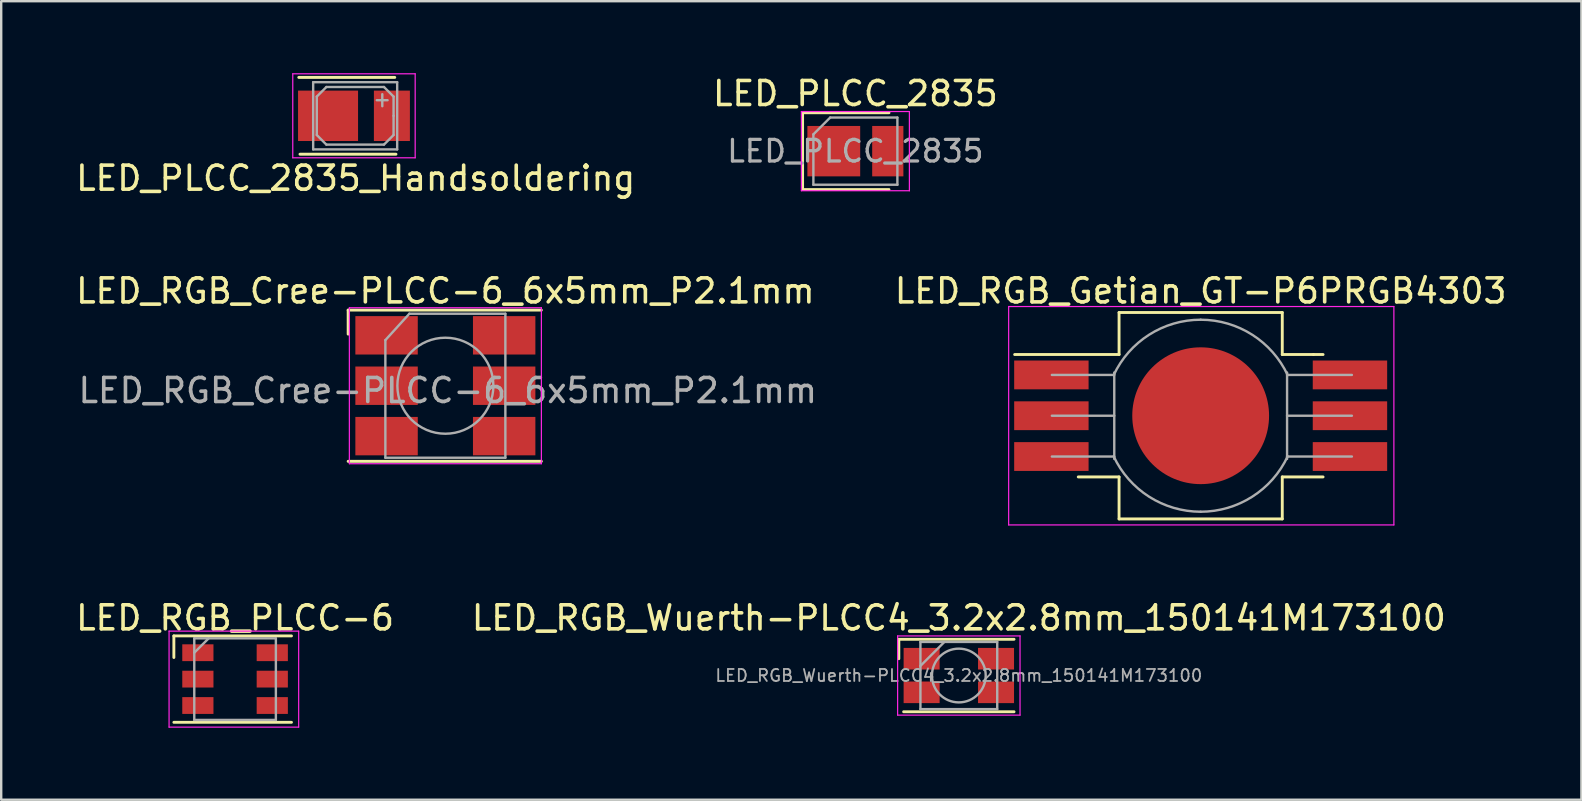
<source format=kicad_pcb>
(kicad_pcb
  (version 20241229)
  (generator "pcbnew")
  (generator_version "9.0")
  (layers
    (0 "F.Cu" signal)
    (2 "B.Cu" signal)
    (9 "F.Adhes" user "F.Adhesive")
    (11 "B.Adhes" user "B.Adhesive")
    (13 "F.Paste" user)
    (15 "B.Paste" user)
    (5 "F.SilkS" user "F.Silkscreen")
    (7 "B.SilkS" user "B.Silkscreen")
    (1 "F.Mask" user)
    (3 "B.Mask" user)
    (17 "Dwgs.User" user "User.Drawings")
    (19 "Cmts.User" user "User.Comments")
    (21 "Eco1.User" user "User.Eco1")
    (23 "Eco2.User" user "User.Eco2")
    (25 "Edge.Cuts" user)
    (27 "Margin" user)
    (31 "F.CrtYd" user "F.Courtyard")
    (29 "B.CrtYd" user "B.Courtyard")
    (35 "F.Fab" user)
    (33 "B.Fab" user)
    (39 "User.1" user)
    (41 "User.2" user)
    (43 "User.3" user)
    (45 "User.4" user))
  (footprint "LED_RGB_PLCC-6"
    (layer "F.Cu")
    (at 6.744 25.245)
    (property "Reference" "LED_RGB_PLCC-6" (at 0 -2.55 180) (layer "F.SilkS") (effects (font (size 1 1) (thickness 0.15))))
    (attr smd)
    (fp_line (start -2.55 -1.8) (end -2.55 -0.9) (stroke (width 0.12) (type solid)) (layer "F.SilkS"))
    (fp_line (start -2.55 1.8) (end 2.35 1.8) (stroke (width 0.12) (type solid)) (layer "F.SilkS"))
    (fp_line (start 2.35 -1.8) (end -2.55 -1.8) (stroke (width 0.12) (type solid)) (layer "F.SilkS"))
    (fp_line (start -2.75 -2) (end -2.75 2) (stroke (width 0.05) (type solid)) (layer "F.CrtYd"))
    (fp_line (start -2.75 -2) (end 2.65 -2) (stroke (width 0.05) (type solid)) (layer "F.CrtYd"))
    (fp_line (start -2.75 2) (end 2.65 2) (stroke (width 0.05) (type solid)) (layer "F.CrtYd"))
    (fp_line (start 2.65 -2) (end 2.65 2) (stroke (width 0.05) (type solid)) (layer "F.CrtYd"))
    (fp_line (start -1.7 -1.7) (end -1.7 1.7) (stroke (width 0.1) (type solid)) (layer "F.Fab"))
    (fp_line (start -1.7 -1.1) (end -1.1 -1.7) (stroke (width 0.1) (type solid)) (layer "F.Fab"))
    (fp_line (start -1.7 1.7) (end 1.7 1.7) (stroke (width 0.1) (type solid)) (layer "F.Fab"))
    (fp_line (start 1.7 -1.7) (end -1.7 -1.7) (stroke (width 0.1) (type solid)) (layer "F.Fab"))
    (fp_line (start 1.7 1.7) (end 1.7 -1.7) (stroke (width 0.1) (type solid)) (layer "F.Fab"))
    (pad "1" smd rect (at -1.55 -1.1 90) (size 0.7 1.3) (layers "F.Cu" "F.Mask" "F.Paste"))
    (pad "2" smd rect (at -1.55 0 90) (size 0.7 1.3) (layers "F.Cu" "F.Mask" "F.Paste"))
    (pad "3" smd rect (at -1.55 1.1 90) (size 0.7 1.3) (layers "F.Cu" "F.Mask" "F.Paste"))
    (pad "4" smd rect (at 1.55 1.1 90) (size 0.7 1.3) (layers "F.Cu" "F.Mask" "F.Paste"))
    (pad "5" smd rect (at 1.55 0 90) (size 0.7 1.3) (layers "F.Cu" "F.Mask" "F.Paste"))
    (pad "6" smd rect (at 1.55 -1.1 90) (size 0.7 1.3) (layers "F.Cu" "F.Mask" "F.Paste")))
  (footprint "LED_RGB_Wuerth-PLCC4_3.2x2.8mm_150141M173100"
    (layer "F.Cu")
    (at 36.899 25.095)
    (property "Reference" "LED_RGB_Wuerth-PLCC4_3.2x2.8mm_150141M173100" (at 0 -2.4 0) (layer "F.SilkS") (effects (font (size 1 1) (thickness 0.15))))
    (attr smd)
    (fp_line (start -2.5 -1.51) (end 2.3 -1.51) (stroke (width 0.12) (type solid)) (layer "F.SilkS"))
    (fp_line (start -2.5 -0.7) (end -2.5 -1.51) (stroke (width 0.12) (type solid)) (layer "F.SilkS"))
    (fp_line (start -2.3 1.51) (end 2.3 1.51) (stroke (width 0.12) (type solid)) (layer "F.SilkS"))
    (fp_line (start -2.55 -1.65) (end -2.55 1.65) (stroke (width 0.05) (type solid)) (layer "F.CrtYd"))
    (fp_line (start -2.55 1.65) (end 2.55 1.65) (stroke (width 0.05) (type solid)) (layer "F.CrtYd"))
    (fp_line (start 2.55 -1.65) (end -2.55 -1.65) (stroke (width 0.05) (type solid)) (layer "F.CrtYd"))
    (fp_line (start 2.55 1.65) (end 2.55 -1.65) (stroke (width 0.05) (type solid)) (layer "F.CrtYd"))
    (fp_line (start -1.6 -1.4) (end -1.6 1.4) (stroke (width 0.1) (type solid)) (layer "F.Fab"))
    (fp_line (start -1.6 1.4) (end 1.6 1.4) (stroke (width 0.1) (type solid)) (layer "F.Fab"))
    (fp_line (start -0.6 -1.4) (end -1.6 -0.4) (stroke (width 0.1) (type solid)) (layer "F.Fab"))
    (fp_line (start 1.6 -1.4) (end -1.6 -1.4) (stroke (width 0.1) (type solid)) (layer "F.Fab"))
    (fp_line (start 1.6 1.4) (end 1.6 -1.4) (stroke (width 0.1) (type solid)) (layer "F.Fab"))
    (fp_circle (center 0 0) (end 1.12 0) (stroke (width 0.1) (type solid)) (fill no) (layer "F.Fab"))
    (fp_text user "${REFERENCE}" (at 0 0 0) (layer "F.Fab") (effects (font (size 0.5 0.5) (thickness 0.075))))
    (pad "1" smd rect (at 1.55 -0.7) (size 1.5 0.9) (layers "F.Cu" "F.Mask" "F.Paste"))
    (pad "2" smd rect (at 1.55 0.7) (size 1.5 0.9) (layers "F.Cu" "F.Mask" "F.Paste"))
    (pad "3" smd rect (at -1.55 -0.7) (size 1.5 0.9) (layers "F.Cu" "F.Mask" "F.Paste"))
    (pad "4" smd rect (at -1.55 0.7) (size 1.5 0.9) (layers "F.Cu" "F.Mask" "F.Paste")))
  (footprint "LED_PLCC_2835_Handsoldering"
    (layer "F.Cu")
    (at 11.948 1.775)
    (property "Reference" "LED_PLCC_2835_Handsoldering" (at -0.18 2.6 0) (layer "F.SilkS") (effects (font (size 1 1) (thickness 0.15))))
    (attr smd)
    (fp_line (start 1.45 -1.6) (end -2.55 -1.6) (stroke (width 0.12) (type solid)) (layer "F.SilkS"))
    (fp_line (start 1.5 1.6) (end -2.5 1.6) (stroke (width 0.12) (type solid)) (layer "F.SilkS"))
    (fp_line (start -2.8 -1.75) (end 2.3 -1.75) (stroke (width 0.05) (type solid)) (layer "F.CrtYd"))
    (fp_line (start -2.8 1.75) (end -2.8 -1.75) (stroke (width 0.05) (type solid)) (layer "F.CrtYd"))
    (fp_line (start 2.3 -1.75) (end 2.3 1.75) (stroke (width 0.05) (type solid)) (layer "F.CrtYd"))
    (fp_line (start 2.3 1.75) (end -2.8 1.75) (stroke (width 0.05) (type solid)) (layer "F.CrtYd"))
    (fp_line (start -1.95 -1.4) (end 1.55 -1.4) (stroke (width 0.1) (type solid)) (layer "F.Fab"))
    (fp_line (start -1.95 1.4) (end -1.95 -1.4) (stroke (width 0.1) (type solid)) (layer "F.Fab"))
    (fp_line (start -1.8 -0.8) (end -1.4 -1.2) (stroke (width 0.1) (type solid)) (layer "F.Fab"))
    (fp_line (start -1.8 0.8) (end -1.8 -0.8) (stroke (width 0.1) (type solid)) (layer "F.Fab"))
    (fp_line (start -1.4 -1.2) (end 1 -1.2) (stroke (width 0.1) (type solid)) (layer "F.Fab"))
    (fp_line (start -1.4 1.2) (end -1.8 0.8) (stroke (width 0.1) (type solid)) (layer "F.Fab"))
    (fp_line (start 0.93 -0.4) (end 0.93 -0.9) (stroke (width 0.1) (type solid)) (layer "F.Fab"))
    (fp_line (start 1 -1.2) (end 1.4 -0.8) (stroke (width 0.1) (type solid)) (layer "F.Fab"))
    (fp_line (start 1 1.2) (end -1.4 1.2) (stroke (width 0.1) (type solid)) (layer "F.Fab"))
    (fp_line (start 1.15 -0.65) (end 0.7 -0.65) (stroke (width 0.1) (type solid)) (layer "F.Fab"))
    (fp_line (start 1.4 -0.8) (end 1.4 0) (stroke (width 0.1) (type solid)) (layer "F.Fab"))
    (fp_line (start 1.4 0) (end 1.4 0.8) (stroke (width 0.1) (type solid)) (layer "F.Fab"))
    (fp_line (start 1.4 0.8) (end 1 1.2) (stroke (width 0.1) (type solid)) (layer "F.Fab"))
    (fp_line (start 1.55 -1.4) (end 1.55 1.4) (stroke (width 0.1) (type solid)) (layer "F.Fab"))
    (fp_line (start 1.55 1.4) (end -1.95 1.4) (stroke (width 0.1) (type solid)) (layer "F.Fab"))
    (pad "1" smd rect (at -1.33 0 180) (size 2.5 2.1) (layers "F.Cu" "F.Mask" "F.Paste"))
    (pad "2" smd rect (at 1.33 0 180) (size 1.5 2.1) (layers "F.Cu" "F.Mask" "F.Paste")))
  (footprint "LED_PLCC_2835"
    (layer "F.Cu")
    (at 32.589 3.248)
    (property "Reference" "LED_PLCC_2835" (at 0 -2.4 0) (layer "F.SilkS") (effects (font (size 1 1) (thickness 0.15))))
    (attr smd)
    (fp_line (start -2.2 -1.6) (end -2.2 1.6) (stroke (width 0.12) (type solid)) (layer "F.SilkS"))
    (fp_line (start 1.4 -1.6) (end -2.2 -1.6) (stroke (width 0.12) (type solid)) (layer "F.SilkS"))
    (fp_line (start 1.4 1.6) (end -2.2 1.6) (stroke (width 0.12) (type solid)) (layer "F.SilkS"))
    (fp_line (start -2.25 -1.65) (end 2.25 -1.65) (stroke (width 0.05) (type solid)) (layer "F.CrtYd"))
    (fp_line (start -2.25 1.65) (end -2.25 -1.65) (stroke (width 0.05) (type solid)) (layer "F.CrtYd"))
    (fp_line (start 2.25 -1.65) (end 2.25 1.65) (stroke (width 0.05) (type solid)) (layer "F.CrtYd"))
    (fp_line (start 2.25 1.65) (end -2.25 1.65) (stroke (width 0.05) (type solid)) (layer "F.CrtYd"))
    (fp_line (start -1.75 1.4) (end -1.75 -0.7) (stroke (width 0.1) (type solid)) (layer "F.Fab"))
    (fp_line (start -1.05 -1.4) (end -1.75 -0.7) (stroke (width 0.1) (type solid)) (layer "F.Fab"))
    (fp_line (start -1.05 -1.4) (end 1.75 -1.4) (stroke (width 0.1) (type solid)) (layer "F.Fab"))
    (fp_line (start 1.75 -1.4) (end 1.75 1.4) (stroke (width 0.1) (type solid)) (layer "F.Fab"))
    (fp_line (start 1.75 1.4) (end -1.75 1.4) (stroke (width 0.1) (type solid)) (layer "F.Fab"))
    (fp_text user "${REFERENCE}" (at 0 0 0) (layer "F.Fab") (effects (font (size 0.9 0.9) (thickness 0.135))))
    (pad "1" smd rect (at -0.9 0) (size 2.2 2.1) (layers "F.Cu" "F.Mask" "F.Paste"))
    (pad "2" smd rect (at 1.35 0) (size 1.3 2.1) (layers "F.Cu" "F.Mask" "F.Paste")))
  (footprint "LED_RGB_Getian_GT-P6PRGB4303"
    (layer "F.Cu")
    (at 46.975 14.271)
    (property "Reference" "LED_RGB_Getian_GT-P6PRGB4303" (at 0 -5.2 0) (layer "F.SilkS") (effects (font (size 1 1) (thickness 0.15))))
    (attr smd)
    (fp_line (start -7.75 -2.55) (end -3.4 -2.55) (stroke (width 0.12) (type solid)) (layer "F.SilkS"))
    (fp_line (start -5.1 2.55) (end -3.4 2.55) (stroke (width 0.12) (type solid)) (layer "F.SilkS"))
    (fp_line (start -3.4 -4.3) (end -3.4 -2.55) (stroke (width 0.12) (type solid)) (layer "F.SilkS"))
    (fp_line (start -3.4 2.55) (end -3.4 4.3) (stroke (width 0.12) (type solid)) (layer "F.SilkS"))
    (fp_line (start 3.4 -4.3) (end -3.4 -4.3) (stroke (width 0.12) (type solid)) (layer "F.SilkS"))
    (fp_line (start 3.4 -4.3) (end 3.4 -2.55) (stroke (width 0.12) (type solid)) (layer "F.SilkS"))
    (fp_line (start 3.4 -2.55) (end 4.7 -2.55) (stroke (width 0.12) (type solid)) (layer "F.SilkS"))
    (fp_line (start 3.4 2.55) (end 3.4 4.3) (stroke (width 0.12) (type solid)) (layer "F.SilkS"))
    (fp_line (start 3.4 4.3) (end -3.4 4.3) (stroke (width 0.12) (type solid)) (layer "F.SilkS"))
    (fp_line (start 4.7 -2.55) (end 5.1 -2.55) (stroke (width 0.12) (type solid)) (layer "F.SilkS"))
    (fp_line (start 5.1 2.55) (end 3.4 2.55) (stroke (width 0.12) (type solid)) (layer "F.SilkS"))
    (fp_line (start -8 -4.55) (end -8 4.55) (stroke (width 0.05) (type solid)) (layer "F.CrtYd"))
    (fp_line (start -8 -4.55) (end 8.05 -4.55) (stroke (width 0.05) (type solid)) (layer "F.CrtYd"))
    (fp_line (start -8 4.55) (end 8.05 4.55) (stroke (width 0.05) (type solid)) (layer "F.CrtYd"))
    (fp_line (start 8.05 -4.55) (end 8.05 4.55) (stroke (width 0.05) (type solid)) (layer "F.CrtYd"))
    (fp_line (start -6.2 0) (end -3.6 0) (stroke (width 0.1) (type solid)) (layer "F.Fab"))
    (fp_line (start -3.6 -1.7) (end -6.2 -1.7) (stroke (width 0.1) (type solid)) (layer "F.Fab"))
    (fp_line (start -3.6 1.7) (end -6.2 1.7) (stroke (width 0.1) (type solid)) (layer "F.Fab"))
    (fp_line (start -3.6 1.8) (end -3.6 -1.8) (stroke (width 0.1) (type solid)) (layer "F.Fab"))
    (fp_line (start 3.6 -1.8) (end 3.6 1.8) (stroke (width 0.1) (type solid)) (layer "F.Fab"))
    (fp_line (start 3.6 -1.7) (end 6.3 -1.7) (stroke (width 0.1) (type solid)) (layer "F.Fab"))
    (fp_line (start 3.6 1.7) (end 6.3 1.7) (stroke (width 0.1) (type solid)) (layer "F.Fab"))
    (fp_line (start 6.3 0) (end 3.6 0) (stroke (width 0.1) (type solid)) (layer "F.Fab"))
    (fp_arc (start -3.625231 -1.690473) (mid -2.149198 -3.373566) (end 0 -4) (stroke (width 0.1) (type solid)) (layer "F.Fab"))
    (fp_arc (start 0 -4) (mid 2.149198 -3.373566) (end 3.625231 -1.690473) (stroke (width 0.1) (type solid)) (layer "F.Fab"))
    (fp_arc (start 0 4) (mid -2.149198 3.373566) (end -3.625231 1.690473) (stroke (width 0.1) (type solid)) (layer "F.Fab"))
    (fp_arc (start 3.625231 1.690473) (mid 2.149198 3.373566) (end 0 4) (stroke (width 0.1) (type solid)) (layer "F.Fab"))
    (pad "1" smd rect (at -6.22 -1.7) (size 3.1 1.2) (layers "F.Cu" "F.Mask" "F.Paste"))
    (pad "2" smd rect (at -6.22 0) (size 3.1 1.2) (layers "F.Cu" "F.Mask" "F.Paste"))
    (pad "3" smd rect (at -6.22 1.7) (size 3.1 1.2) (layers "F.Cu" "F.Mask" "F.Paste"))
    (pad "4" smd rect (at 6.22 1.7 180) (size 3.1 1.2) (layers "F.Cu" "F.Mask" "F.Paste"))
    (pad "5" smd rect (at 6.22 0 180) (size 3.1 1.2) (layers "F.Cu" "F.Mask" "F.Paste"))
    (pad "6" smd rect (at 6.22 -1.7 180) (size 3.1 1.2) (layers "F.Cu" "F.Mask" "F.Paste"))
    (pad "PAD" smd circle (at 0 0) (size 5.7 5.7) (layers "F.Cu" "F.Mask" "F.Paste")))
  (footprint "LED_RGB_Cree-PLCC-6_6x5mm_P2.1mm"
    (layer "F.Cu")
    (at 15.506 13.021)
    (property "Reference" "LED_RGB_Cree-PLCC-6_6x5mm_P2.1mm" (at 0 -3.95 0) (layer "F.SilkS") (effects (font (size 1 1) (thickness 0.15))))
    (attr smd)
    (fp_line (start -4.05 -3.15) (end 4 -3.15) (stroke (width 0.12) (type solid)) (layer "F.SilkS"))
    (fp_line (start -4.05 -2.15) (end -4.05 -3.15) (stroke (width 0.12) (type solid)) (layer "F.SilkS"))
    (fp_line (start -4.05 3.15) (end 4 3.15) (stroke (width 0.12) (type solid)) (layer "F.SilkS"))
    (fp_line (start -4 -3.25) (end -4 3.25) (stroke (width 0.05) (type solid)) (layer "F.CrtYd"))
    (fp_line (start -4 3.25) (end 4 3.25) (stroke (width 0.05) (type solid)) (layer "F.CrtYd"))
    (fp_line (start 4 -3.25) (end -4 -3.25) (stroke (width 0.05) (type solid)) (layer "F.CrtYd"))
    (fp_line (start 4 3.25) (end 4 -3.25) (stroke (width 0.05) (type solid)) (layer "F.CrtYd"))
    (fp_line (start -2.5 -1.9) (end -1.5 -3) (stroke (width 0.1) (type solid)) (layer "F.Fab"))
    (fp_line (start -2.5 3) (end -2.5 -1.9) (stroke (width 0.1) (type solid)) (layer "F.Fab"))
    (fp_line (start -1.5 -3) (end 2.5 -3) (stroke (width 0.1) (type solid)) (layer "F.Fab"))
    (fp_line (start 2.5 -3) (end 2.5 3) (stroke (width 0.1) (type solid)) (layer "F.Fab"))
    (fp_line (start 2.5 3) (end -2.5 3) (stroke (width 0.1) (type solid)) (layer "F.Fab"))
    (fp_circle (center 0 0) (end 0 -2) (stroke (width 0.1) (type solid)) (fill no) (layer "F.Fab"))
    (fp_text user "${REFERENCE}" (at 0.1 0.2 0) (layer "F.Fab") (effects (font (size 1 1) (thickness 0.15))))
    (pad "1" smd rect (at -2.45 -2.1) (size 2.6 1.6) (layers "F.Cu" "F.Mask" "F.Paste"))
    (pad "2" smd rect (at -2.45 0) (size 2.6 1.6) (layers "F.Cu" "F.Mask" "F.Paste"))
    (pad "3" smd rect (at -2.45 2.1) (size 2.6 1.6) (layers "F.Cu" "F.Mask" "F.Paste"))
    (pad "4" smd rect (at 2.45 2.1) (size 2.6 1.6) (layers "F.Cu" "F.Mask" "F.Paste"))
    (pad "5" smd rect (at 2.45 0) (size 2.6 1.6) (layers "F.Cu" "F.Mask" "F.Paste"))
    (pad "6" smd rect (at 2.45 -2.1) (size 2.6 1.6) (layers "F.Cu" "F.Mask" "F.Paste")))
  (gr_rect
    (start -3 -3)
    (end 62.838 30.27)
    (stroke (width 0.1) (type default))
    (fill no)
    (layer "Edge.Cuts")))
</source>
